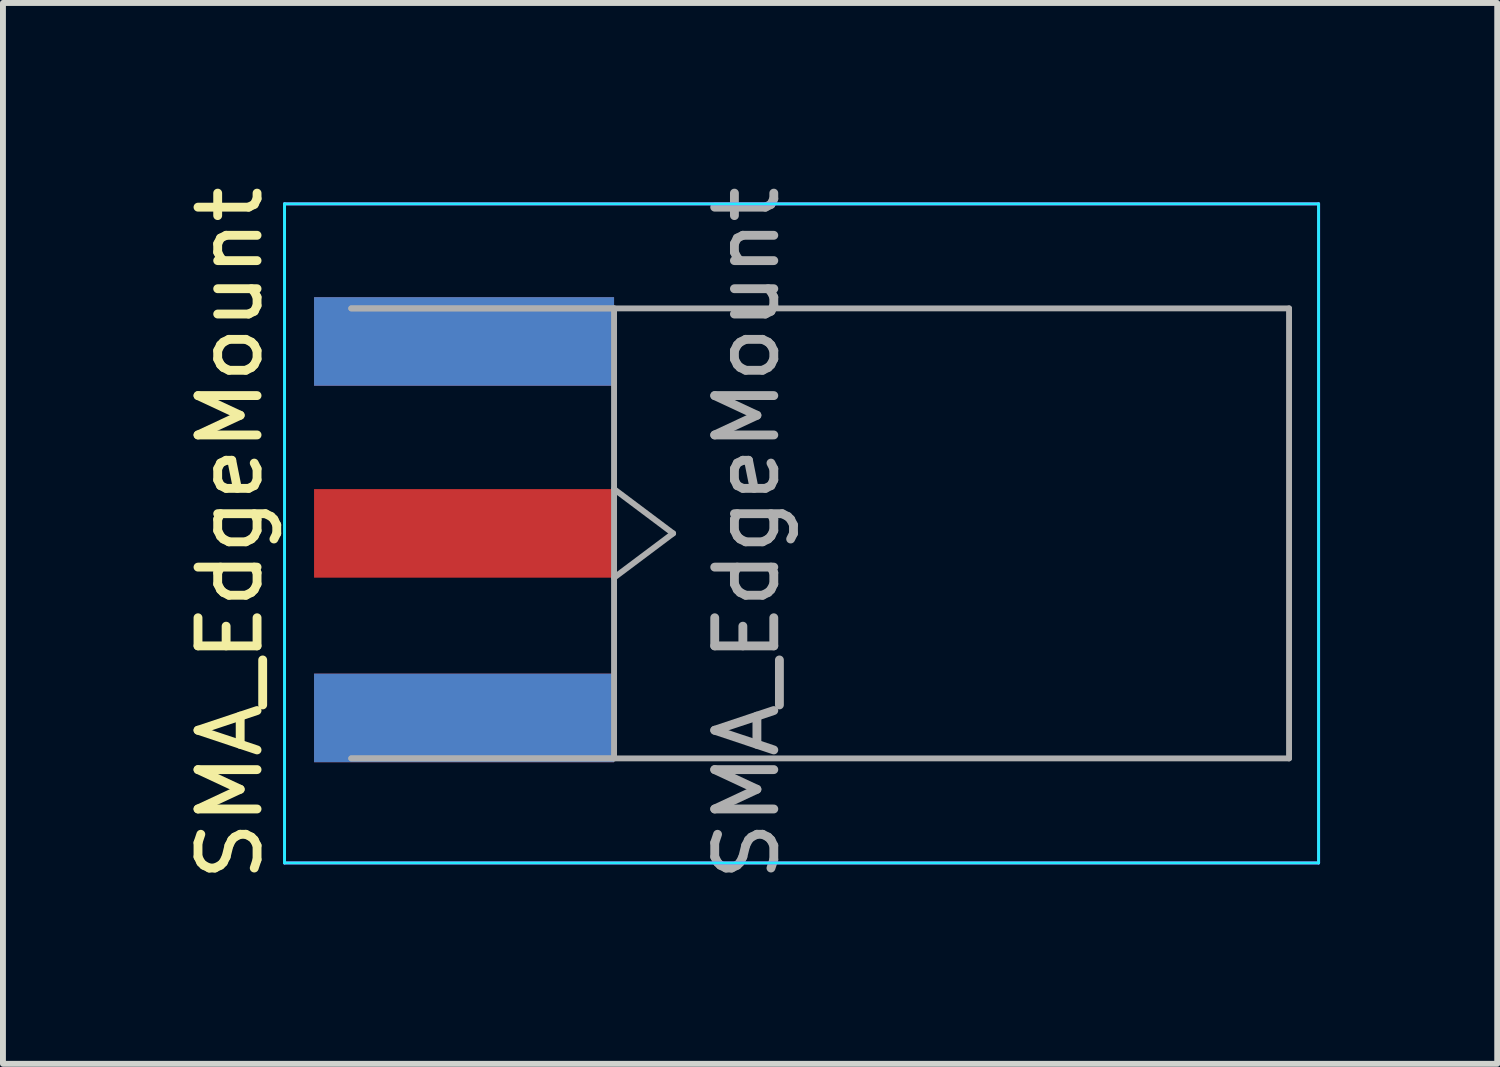
<source format=kicad_pcb>
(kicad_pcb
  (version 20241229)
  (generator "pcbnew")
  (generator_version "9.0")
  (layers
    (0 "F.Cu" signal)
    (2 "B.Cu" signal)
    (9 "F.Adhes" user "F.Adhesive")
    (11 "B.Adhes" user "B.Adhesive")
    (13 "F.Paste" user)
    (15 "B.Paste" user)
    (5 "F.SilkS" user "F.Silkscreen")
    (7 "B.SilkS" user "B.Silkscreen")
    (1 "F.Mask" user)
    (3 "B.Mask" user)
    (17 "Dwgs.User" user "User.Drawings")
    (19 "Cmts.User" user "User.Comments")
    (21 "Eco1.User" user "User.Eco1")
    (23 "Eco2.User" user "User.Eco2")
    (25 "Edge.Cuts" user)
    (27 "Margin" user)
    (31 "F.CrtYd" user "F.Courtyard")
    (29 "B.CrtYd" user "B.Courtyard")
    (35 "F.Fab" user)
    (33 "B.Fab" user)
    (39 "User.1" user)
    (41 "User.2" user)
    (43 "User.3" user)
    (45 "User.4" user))
  (footprint "SMA_EdgeMount"
    (layer "F.Cu")
    (at 4.808 5.982)
    (property "Reference" "SMA_EdgeMount" (at -3.96 0 90) (layer "F.SilkS") (effects (font (size 1 1) (thickness 0.15))))
    (attr smd)
    (fp_line (start -3.04 5.58) (end -3.04 -5.58) (stroke (width 0.05) (type solid)) (layer "B.CrtYd"))
    (fp_line (start 14.47 -5.58) (end -3.04 -5.58) (stroke (width 0.05) (type solid)) (layer "B.CrtYd"))
    (fp_line (start 14.47 -5.58) (end 14.47 5.58) (stroke (width 0.05) (type solid)) (layer "B.CrtYd"))
    (fp_line (start 14.47 5.58) (end -3.04 5.58) (stroke (width 0.05) (type solid)) (layer "B.CrtYd"))
    (fp_line (start -3.04 5.58) (end -3.04 -5.58) (stroke (width 0.05) (type solid)) (layer "F.CrtYd"))
    (fp_line (start 14.47 -5.58) (end -3.04 -5.58) (stroke (width 0.05) (type solid)) (layer "F.CrtYd"))
    (fp_line (start 14.47 -5.58) (end 14.47 5.58) (stroke (width 0.05) (type solid)) (layer "F.CrtYd"))
    (fp_line (start 14.47 5.58) (end -3.04 5.58) (stroke (width 0.05) (type solid)) (layer "F.CrtYd"))
    (fp_line (start -1.91 -3.81) (end 2.54 -3.81) (stroke (width 0.1) (type solid)) (layer "F.Fab"))
    (fp_line (start -1.91 -3.81) (end 13.97 -3.81) (stroke (width 0.1) (type solid)) (layer "F.Fab"))
    (fp_line (start 2.54 -3.81) (end 2.54 3.81) (stroke (width 0.1) (type solid)) (layer "F.Fab"))
    (fp_line (start 2.54 -0.75) (end 3.54 0) (stroke (width 0.1) (type solid)) (layer "F.Fab"))
    (fp_line (start 2.54 3.81) (end -1.91 3.81) (stroke (width 0.1) (type solid)) (layer "F.Fab"))
    (fp_line (start 3.54 0) (end 2.54 0.75) (stroke (width 0.1) (type solid)) (layer "F.Fab"))
    (fp_line (start 13.97 -3.81) (end 13.97 3.81) (stroke (width 0.1) (type solid)) (layer "F.Fab"))
    (fp_line (start 13.97 3.81) (end -1.91 3.81) (stroke (width 0.1) (type solid)) (layer "F.Fab"))
    (fp_text user "${REFERENCE}" (at 4.79 0 270) (layer "F.Fab") (effects (font (size 1 1) (thickness 0.15))))
    (pad "1" smd rect (at 0 0 90) (size 1.5 5.08) (layers "F.Cu" "F.Mask" "F.Paste"))
    (pad "2" smd rect (at 0 -3.25 90) (size 1.5 5.08) (layers "F.Cu" "F.Mask" "F.Paste"))
    (pad "2" smd rect (at 0 -3.25 90) (size 1.5 5.08) (layers "B.Cu" "B.Mask" "B.Paste"))
    (pad "2" smd rect (at 0 3.125 90) (size 1.5 5.08) (layers "F.Cu" "F.Mask" "F.Paste"))
    (pad "2" smd rect (at 0 3.125 90) (size 1.5 5.08) (layers "B.Cu" "B.Mask" "B.Paste")))
  (gr_rect
    (start -3 -3)
    (end 22.303 14.964)
    (stroke (width 0.1) (type default))
    (fill no)
    (layer "Edge.Cuts")))
</source>
